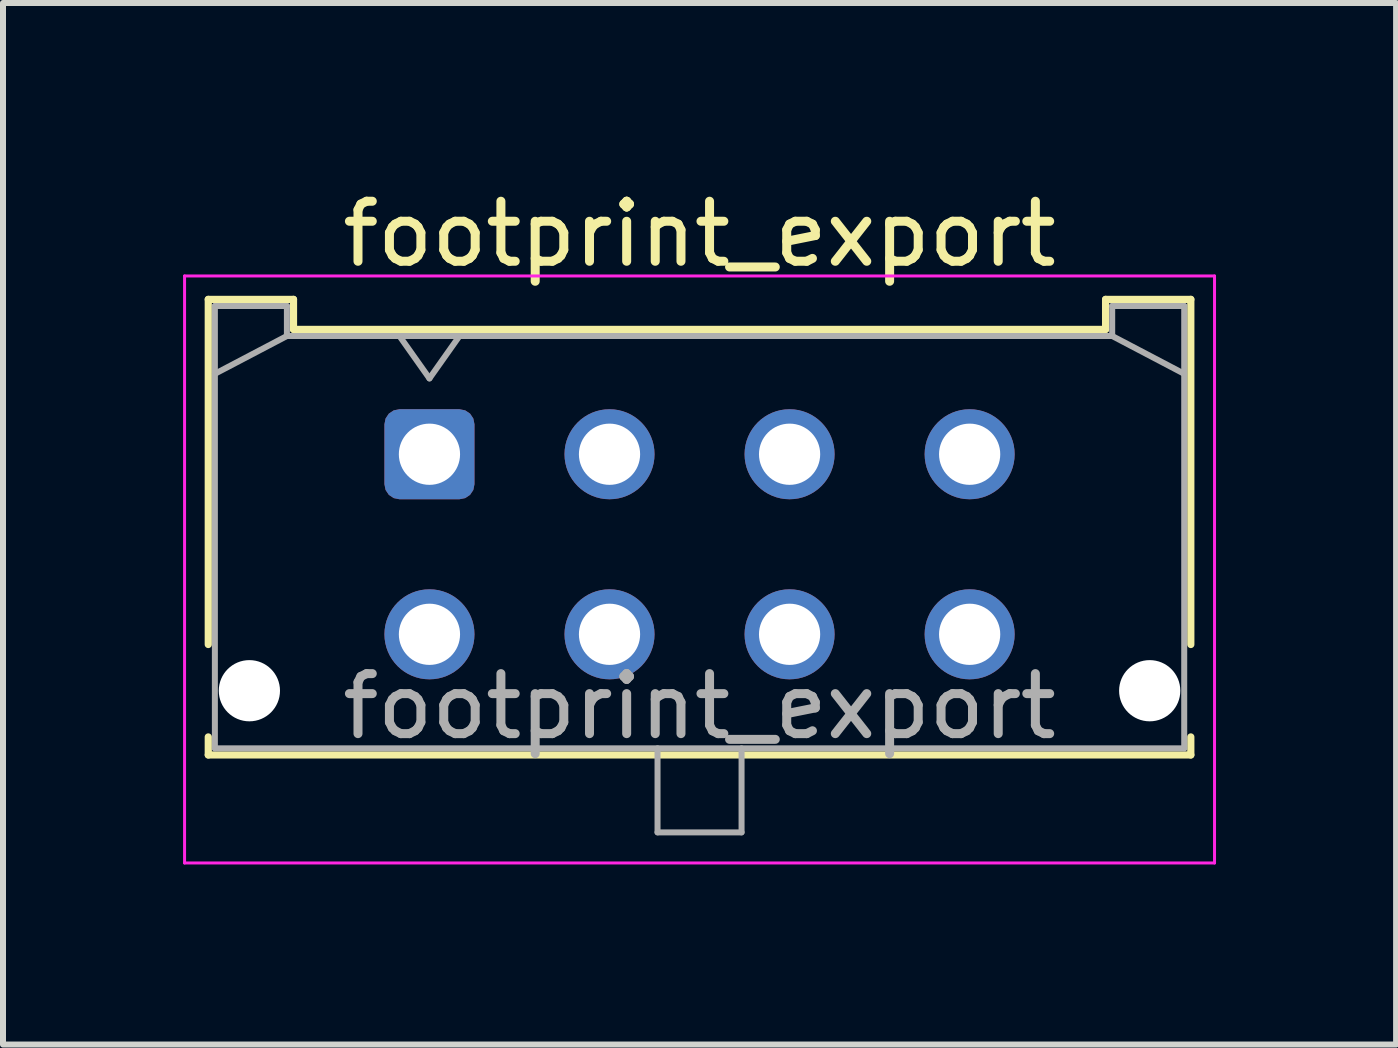
<source format=kicad_pcb>
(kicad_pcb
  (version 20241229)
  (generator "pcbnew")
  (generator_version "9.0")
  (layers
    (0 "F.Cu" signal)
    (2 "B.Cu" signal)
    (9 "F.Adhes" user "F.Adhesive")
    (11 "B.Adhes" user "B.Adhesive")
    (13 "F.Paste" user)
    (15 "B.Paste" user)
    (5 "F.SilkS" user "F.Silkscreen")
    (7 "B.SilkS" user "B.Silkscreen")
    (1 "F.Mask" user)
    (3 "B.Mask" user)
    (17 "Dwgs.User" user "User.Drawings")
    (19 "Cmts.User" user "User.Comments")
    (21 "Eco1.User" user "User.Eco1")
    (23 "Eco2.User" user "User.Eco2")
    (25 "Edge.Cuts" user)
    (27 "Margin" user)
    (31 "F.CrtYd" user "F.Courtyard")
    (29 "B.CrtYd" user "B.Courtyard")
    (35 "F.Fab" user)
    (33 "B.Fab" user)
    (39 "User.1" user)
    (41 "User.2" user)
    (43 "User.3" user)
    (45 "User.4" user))
  (footprint "footprint_export"
    (layer "F.Cu")
    (at 4.105 4.518)
    (property "Reference" "footprint_export" (at 4.5 -3.67 0) (layer "F.SilkS") (effects (font (size 1 1) (thickness 0.15))))
    (attr through_hole)
    (fp_line (start -3.685 -2.58) (end -2.265 -2.58) (stroke (width 0.12) (type solid)) (layer "F.SilkS"))
    (fp_line (start -3.685 3.17) (end -3.685 -2.58) (stroke (width 0.12) (type solid)) (layer "F.SilkS"))
    (fp_line (start -3.685 4.71) (end -3.685 5.01) (stroke (width 0.12) (type solid)) (layer "F.SilkS"))
    (fp_line (start -3.685 5.01) (end 12.685 5.01) (stroke (width 0.12) (type solid)) (layer "F.SilkS"))
    (fp_line (start -2.265 -2.58) (end -2.265 -2.08) (stroke (width 0.12) (type solid)) (layer "F.SilkS"))
    (fp_line (start -2.265 -2.08) (end 11.265 -2.08) (stroke (width 0.12) (type solid)) (layer "F.SilkS"))
    (fp_line (start 11.265 -2.58) (end 12.685 -2.58) (stroke (width 0.12) (type solid)) (layer "F.SilkS"))
    (fp_line (start 11.265 -2.08) (end 11.265 -2.58) (stroke (width 0.12) (type solid)) (layer "F.SilkS"))
    (fp_line (start 12.685 -2.58) (end 12.685 3.17) (stroke (width 0.12) (type solid)) (layer "F.SilkS"))
    (fp_line (start 12.685 5.01) (end 12.685 4.71) (stroke (width 0.12) (type solid)) (layer "F.SilkS"))
    (fp_line (start -4.08 -2.97) (end 13.08 -2.97) (stroke (width 0.05) (type solid)) (layer "F.CrtYd"))
    (fp_line (start -4.08 6.81) (end -4.08 -2.97) (stroke (width 0.05) (type solid)) (layer "F.CrtYd"))
    (fp_line (start 13.08 -2.97) (end 13.08 6.81) (stroke (width 0.05) (type solid)) (layer "F.CrtYd"))
    (fp_line (start 13.08 6.81) (end -4.08 6.81) (stroke (width 0.05) (type solid)) (layer "F.CrtYd"))
    (fp_line (start -3.575 -2.47) (end -3.575 4.9) (stroke (width 0.1) (type solid)) (layer "F.Fab"))
    (fp_line (start -3.575 -1.34) (end -2.375 -1.97) (stroke (width 0.1) (type solid)) (layer "F.Fab"))
    (fp_line (start -3.575 4.9) (end 12.575 4.9) (stroke (width 0.1) (type solid)) (layer "F.Fab"))
    (fp_line (start -2.375 -2.47) (end -3.575 -2.47) (stroke (width 0.1) (type solid)) (layer "F.Fab"))
    (fp_line (start -2.375 -1.97) (end -2.375 -2.47) (stroke (width 0.1) (type solid)) (layer "F.Fab"))
    (fp_line (start -0.5 -1.97) (end 0 -1.263) (stroke (width 0.1) (type solid)) (layer "F.Fab"))
    (fp_line (start 0 -1.263) (end 0.5 -1.97) (stroke (width 0.1) (type solid)) (layer "F.Fab"))
    (fp_line (start 3.8 4.9) (end 3.8 6.3) (stroke (width 0.1) (type solid)) (layer "F.Fab"))
    (fp_line (start 3.8 6.3) (end 5.2 6.3) (stroke (width 0.1) (type solid)) (layer "F.Fab"))
    (fp_line (start 5.2 6.3) (end 5.2 4.9) (stroke (width 0.1) (type solid)) (layer "F.Fab"))
    (fp_line (start 11.375 -2.47) (end 11.375 -1.97) (stroke (width 0.1) (type solid)) (layer "F.Fab"))
    (fp_line (start 11.375 -1.97) (end -2.375 -1.97) (stroke (width 0.1) (type solid)) (layer "F.Fab"))
    (fp_line (start 12.575 -2.47) (end 11.375 -2.47) (stroke (width 0.1) (type solid)) (layer "F.Fab"))
    (fp_line (start 12.575 -1.34) (end 11.375 -1.97) (stroke (width 0.1) (type solid)) (layer "F.Fab"))
    (fp_line (start 12.575 4.9) (end 12.575 -2.47) (stroke (width 0.1) (type solid)) (layer "F.Fab"))
    (fp_text user "${REFERENCE}" (at 4.5 4.2 0) (layer "F.Fab") (effects (font (size 1 1) (thickness 0.15))))
    (pad "" np_thru_hole circle (at -3 3.94) (size 1.02 1.02) (drill 1.02) (layers "*.Cu" "*.Mask"))
    (pad "" np_thru_hole circle (at 12 3.94) (size 1.02 1.02) (drill 1.02) (layers "*.Cu" "*.Mask"))
    (pad "1" thru_hole roundrect (at 0 0) (size 1.5 1.5) (drill 1.02) (layers "*.Cu" "*.Mask") (roundrect_rratio 0.167))
    (pad "2" thru_hole circle (at 3 0) (size 1.5 1.5) (drill 1.02) (layers "*.Cu" "*.Mask"))
    (pad "3" thru_hole circle (at 6 0) (size 1.5 1.5) (drill 1.02) (layers "*.Cu" "*.Mask"))
    (pad "4" thru_hole circle (at 9 0) (size 1.5 1.5) (drill 1.02) (layers "*.Cu" "*.Mask"))
    (pad "5" thru_hole circle (at 0 3) (size 1.5 1.5) (drill 1.02) (layers "*.Cu" "*.Mask"))
    (pad "6" thru_hole circle (at 3 3) (size 1.5 1.5) (drill 1.02) (layers "*.Cu" "*.Mask"))
    (pad "7" thru_hole circle (at 6 3) (size 1.5 1.5) (drill 1.02) (layers "*.Cu" "*.Mask"))
    (pad "8" thru_hole circle (at 9 3) (size 1.5 1.5) (drill 1.02) (layers "*.Cu" "*.Mask")))
  (gr_rect
    (start -3 -3)
    (end 20.21 14.353)
    (stroke (width 0.1) (type default))
    (fill no)
    (layer "Edge.Cuts")))
</source>
